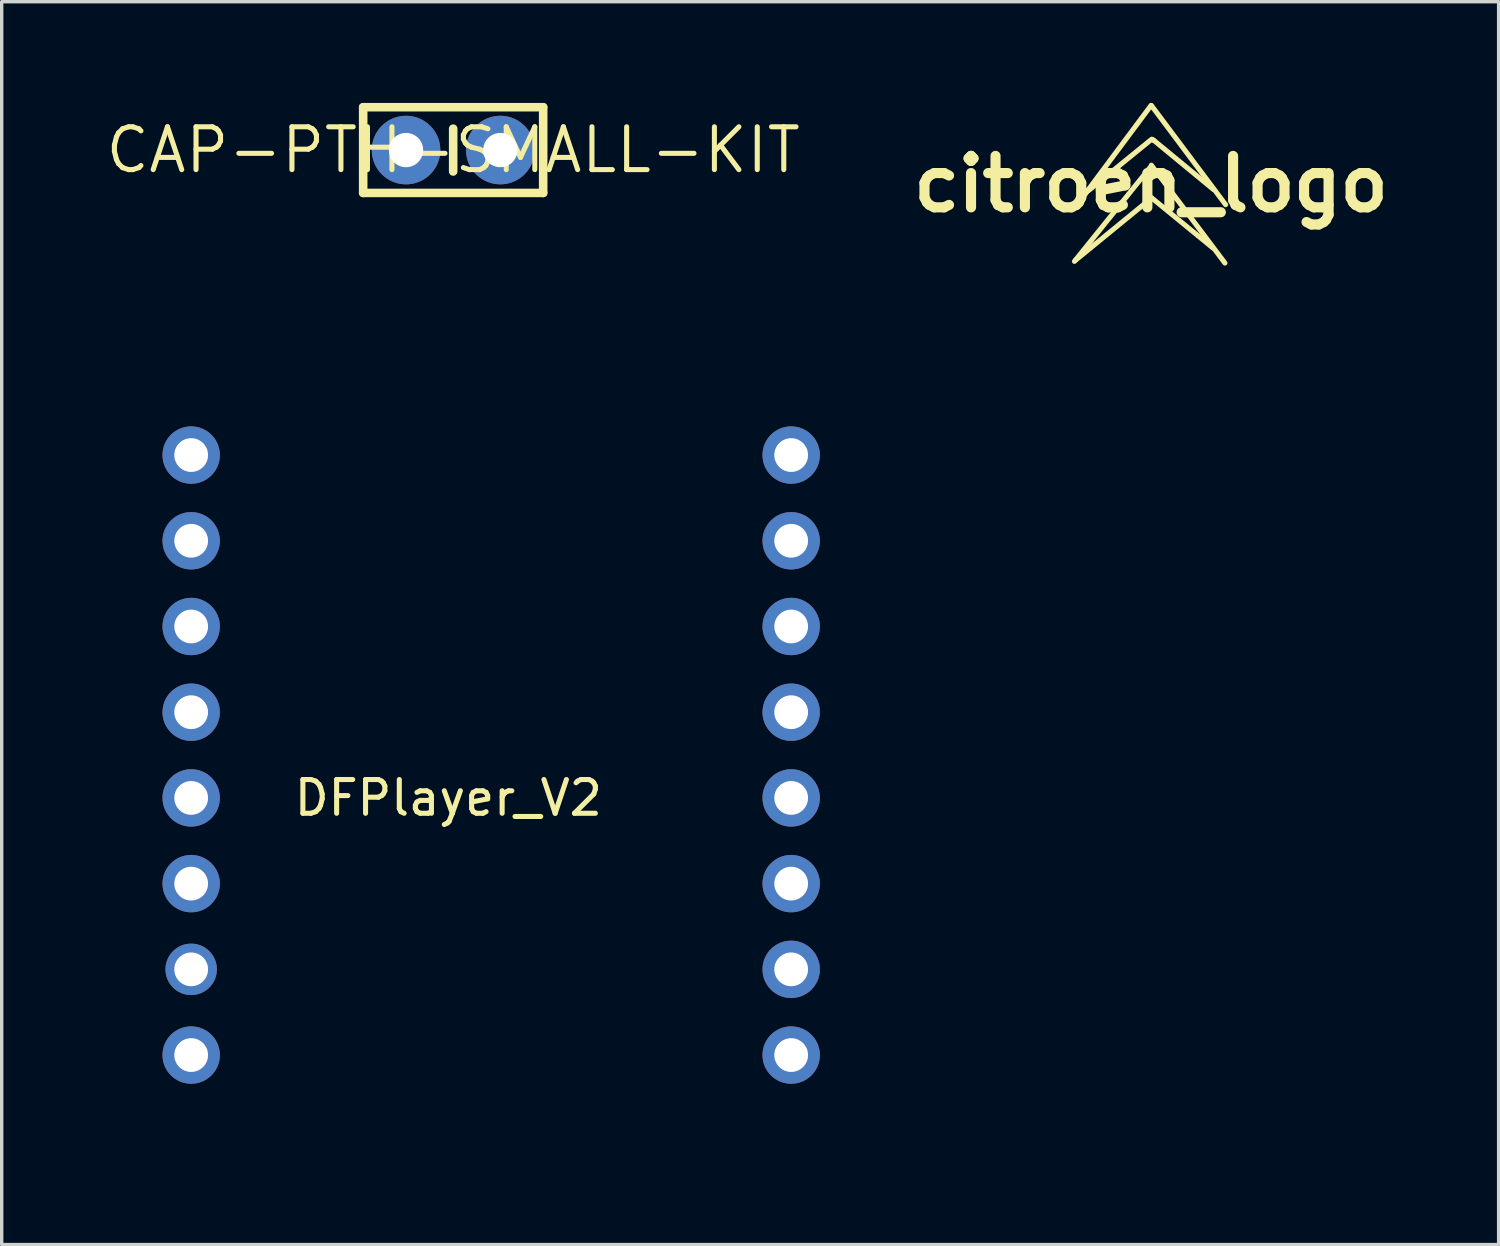
<source format=kicad_pcb>
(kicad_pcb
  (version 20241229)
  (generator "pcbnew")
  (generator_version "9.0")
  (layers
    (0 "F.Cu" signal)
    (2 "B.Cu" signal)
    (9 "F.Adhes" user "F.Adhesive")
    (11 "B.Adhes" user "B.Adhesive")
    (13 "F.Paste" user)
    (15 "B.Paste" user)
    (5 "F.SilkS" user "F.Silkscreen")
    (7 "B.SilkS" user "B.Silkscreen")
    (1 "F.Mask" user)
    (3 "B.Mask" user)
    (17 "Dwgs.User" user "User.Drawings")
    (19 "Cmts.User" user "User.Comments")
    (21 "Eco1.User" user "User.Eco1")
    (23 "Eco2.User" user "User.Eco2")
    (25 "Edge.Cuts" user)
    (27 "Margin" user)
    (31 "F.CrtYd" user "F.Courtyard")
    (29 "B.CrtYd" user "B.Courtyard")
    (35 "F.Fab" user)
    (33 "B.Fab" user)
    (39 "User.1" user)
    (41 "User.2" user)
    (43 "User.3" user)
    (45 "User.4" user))
  (footprint "citroen_logo"
    (layer "F.Cu")
    (at 31.059 2.405)
    (property "Reference" "citroen_logo" (at 0 0 0) (layer "F.SilkS") (effects (font (size 1.524 1.524) (thickness 0.3))))
    (attr through_hole)
    (fp_line (start -2.16 0.57) (end -1.86 0.17) (stroke (width 0.15) (type solid)) (layer "F.SilkS"))
    (fp_line (start -1.85 0.19) (end 0.02 -1.33) (stroke (width 0.15) (type solid)) (layer "F.SilkS"))
    (fp_line (start 0 -2.33) (end -2.16 0.57) (stroke (width 0.15) (type solid)) (layer "F.SilkS"))
    (fp_line (start 0.01 -2.33) (end 2.21 0.61) (stroke (width 0.15) (type solid)) (layer "F.SilkS"))
    (fp_line (start 0.01 -0.56) (end 2.19 2.34) (stroke (width 0.15) (type solid)) (layer "F.SilkS"))
    (fp_line (start 0.01 -0.54) (end -2.27 2.29) (stroke (width 0.15) (type solid)) (layer "F.SilkS"))
    (fp_line (start 0.02 0.41) (end -2.23 2.25) (stroke (width 0.15) (type solid)) (layer "F.SilkS"))
    (fp_line (start 0.09 -1.29) (end 0.05 -1.32) (stroke (width 0.15) (type solid)) (layer "F.SilkS"))
    (fp_line (start 1.83 1.89) (end 0.02 0.41) (stroke (width 0.15) (type solid)) (layer "F.SilkS"))
    (fp_line (start 1.85 0.16) (end 0.09 -1.29) (stroke (width 0.15) (type solid)) (layer "F.SilkS"))
    (fp_poly (pts (xy 0.023 -0.626) (xy 0.025 -0.624) (xy 0.03 -0.617) (xy 0.037 -0.608) (xy 0.047 -0.594) (xy 0.06 -0.578) (xy 0.075 -0.558) (xy 0.092 -0.536) (xy 0.111 -0.511) (xy 0.132 -0.483) (xy 0.154 -0.453) (xy 0.179 -0.421) (xy 0.205 -0.387) (xy 0.232 -0.351) (xy 0.26 -0.314) (xy 0.29 -0.275) (xy 0.32 -0.235) (xy 0.351 -0.194) (xy 0.383 -0.152) (xy 0.416 -0.109) (xy 0.448 -0.066) (xy 0.481 -0.022) (xy 0.515 0.022) (xy 0.548 0.065) (xy 0.581 0.109) (xy 0.613 0.152) (xy 0.646 0.194) (xy 0.677 0.236) (xy 0.708 0.277) (xy 0.738 0.316) (xy 0.768 0.355) (xy 0.796 0.392) (xy 0.822 0.427) (xy 0.848 0.46) (xy 0.872 0.492) (xy 0.894 0.521) (xy 0.914 0.548) (xy 0.933 0.572) (xy 0.949 0.594) (xy 0.963 0.612) (xy 0.964 0.613) (xy 0.967 0.618) (xy 0.974 0.626) (xy 0.983 0.638) (xy 0.994 0.653) (xy 1.008 0.672) (xy 1.025 0.694) (xy 1.044 0.719) (xy 1.066 0.747) (xy 1.089 0.778) (xy 1.115 0.812) (xy 1.143 0.848) (xy 1.172 0.887) (xy 1.203 0.928) (xy 1.236 0.972) (xy 1.271 1.017) (xy 1.306 1.064) (xy 1.344 1.113) (xy 1.382 1.164) (xy 1.422 1.216) (xy 1.462 1.27) (xy 1.504 1.324) (xy 1.546 1.38) (xy 1.589 1.437) (xy 1.621 1.478) (xy 1.664 1.535) (xy 1.707 1.591) (xy 1.748 1.646) (xy 1.789 1.7) (xy 1.829 1.753) (xy 1.868 1.804) (xy 1.905 1.853) (xy 1.941 1.901) (xy 1.976 1.947) (xy 2.009 1.99) (xy 2.041 2.032) (xy 2.071 2.071) (xy 2.099 2.108) (xy 2.125 2.143) (xy 2.149 2.174) (xy 2.171 2.203) (xy 2.191 2.229) (xy 2.208 2.252) (xy 2.223 2.272) (xy 2.236 2.288) (xy 2.246 2.301) (xy 2.253 2.311) (xy 2.257 2.316) (xy 2.258 2.318) (xy 2.262 2.323) (xy 2.263 2.326) (xy 2.262 2.326) (xy 2.26 2.324) (xy 2.254 2.319) (xy 2.245 2.312) (xy 2.232 2.301) (xy 2.216 2.288) (xy 2.196 2.272) (xy 2.173 2.253) (xy 2.148 2.232) (xy 2.119 2.208) (xy 2.087 2.182) (xy 2.053 2.154) (xy 2.016 2.124) (xy 1.976 2.091) (xy 1.934 2.057) (xy 1.89 2.021) (xy 1.844 1.983) (xy 1.796 1.943) (xy 1.745 1.902) (xy 1.693 1.859) (xy 1.639 1.814) (xy 1.583 1.769) (xy 1.526 1.722) (xy 1.468 1.674) (xy 1.408 1.625) (xy 1.347 1.575) (xy 1.285 1.524) (xy 1.222 1.472) (xy 1.214 1.466) (xy 1.151 1.414) (xy 1.089 1.363) (xy 1.027 1.312) (xy 0.967 1.263) (xy 0.908 1.215) (xy 0.851 1.167) (xy 0.795 1.121) (xy 0.74 1.076) (xy 0.687 1.033) (xy 0.636 0.991) (xy 0.587 0.951) (xy 0.54 0.912) (xy 0.495 0.875) (xy 0.453 0.84) (xy 0.412 0.807) (xy 0.374 0.776) (xy 0.339 0.747) (xy 0.306 0.72) (xy 0.277 0.696) (xy 0.25 0.674) (xy 0.226 0.654) (xy 0.205 0.637) (xy 0.188 0.623) (xy 0.174 0.612) (xy 0.163 0.603) (xy 0.157 0.597) (xy 0.153 0.595) (xy 0.153 0.595) (xy 0.147 0.59) (xy 0.138 0.582) (xy 0.126 0.572) (xy 0.112 0.561) (xy 0.097 0.549) (xy 0.081 0.536) (xy 0.077 0.532) (xy 0.062 0.52) (xy 0.049 0.509) (xy 0.037 0.5) (xy 0.027 0.492) (xy 0.02 0.486) (xy 0.016 0.484) (xy 0.015 0.483) (xy 0.013 0.485) (xy 0.007 0.489) (xy -0.002 0.496) (xy -0.013 0.505) (xy -0.026 0.515) (xy -0.04 0.527) (xy -0.048 0.533) (xy -0.064 0.546) (xy -0.08 0.559) (xy -0.094 0.571) (xy -0.107 0.581) (xy -0.117 0.59) (xy -0.124 0.596) (xy -0.126 0.597) (xy -0.13 0.6) (xy -0.138 0.607) (xy -0.149 0.616) (xy -0.163 0.628) (xy -0.181 0.642) (xy -0.202 0.66) (xy -0.226 0.679) (xy -0.253 0.701) (xy -0.282 0.725) (xy -0.314 0.751) (xy -0.348 0.78) (xy -0.385 0.81) (xy -0.424 0.842) (xy -0.464 0.875) (xy -0.507 0.91) (xy -0.552 0.947) (xy -0.598 0.985) (xy -0.645 1.024) (xy -0.694 1.064) (xy -0.744 1.106) (xy -0.796 1.148) (xy -0.848 1.191) (xy -0.901 1.234) (xy -0.954 1.278) (xy -1.009 1.323) (xy -1.063 1.368) (xy -1.118 1.413) (xy -1.173 1.458) (xy -1.228 1.503) (xy -1.283 1.549) (xy -1.337 1.593) (xy -1.392 1.638) (xy -1.445 1.682) (xy -1.498 1.726) (xy -1.551 1.769) (xy -1.602 1.811) (xy -1.652 1.852) (xy -1.701 1.892) (xy -1.749 1.932) (xy -1.795 1.97) (xy -1.839 2.006) (xy -1.882 2.041) (xy -1.923 2.075) (xy -1.962 2.107) (xy -1.999 2.137) (xy -2.033 2.166) (xy -2.065 2.192) (xy -2.095 2.216) (xy -2.121 2.238) (xy -2.145 2.258) (xy -2.166 2.275) (xy -2.184 2.29) (xy -2.199 2.302) (xy -2.21 2.311) (xy -2.218 2.318) (xy -2.222 2.321) (xy -2.223 2.322) (xy -2.236 2.333) (xy -2.213 2.302) (xy -2.21 2.298) (xy -2.204 2.291) (xy -2.196 2.28) (xy -2.185 2.265) (xy -2.171 2.247) (xy -2.155 2.226) (xy -2.137 2.202) (xy -2.116 2.175) (xy -2.093 2.145) (xy -2.069 2.112) (xy -2.042 2.077) (xy -2.014 2.04) (xy -1.984 2.001) (xy -1.953 1.959) (xy -1.92 1.916) (xy -1.885 1.871) (xy -1.85 1.824) (xy -1.814 1.776) (xy -1.776 1.726) (xy -1.738 1.676) (xy -1.699 1.624) (xy -1.659 1.572) (xy -1.619 1.519) (xy -1.578 1.465) (xy -1.537 1.411) (xy -1.496 1.357) (xy -1.455 1.303) (xy -1.414 1.248) (xy -1.373 1.194) (xy -1.332 1.141) (xy -1.292 1.087) (xy -1.252 1.035) (xy -1.212 0.983) (xy -1.174 0.932) (xy -1.136 0.882) (xy -1.099 0.834) (xy -1.064 0.786) (xy -1.029 0.741) (xy -0.996 0.697) (xy -0.964 0.654) (xy -0.933 0.614) (xy -0.919 0.596) (xy -0.914 0.589) (xy -0.906 0.579) (xy -0.896 0.565) (xy -0.882 0.547) (xy -0.867 0.526) (xy -0.848 0.503) (xy -0.828 0.476) (xy -0.806 0.446) (xy -0.782 0.414) (xy -0.755 0.38) (xy -0.728 0.343) (xy -0.698 0.305) (xy -0.668 0.264) (xy -0.636 0.222) (xy -0.602 0.178) (xy -0.568 0.133) (xy -0.533 0.087) (xy -0.497 0.039) (xy -0.461 -0.009) (xy -0.43 -0.049) (xy 0.015 -0.637) (xy 0.023 -0.626)) (stroke (width 0.01) (type solid)) (fill no) (layer "Eco2.User"))
    (fp_poly (pts (xy 0.016 -2.381) (xy 0.017 -2.379) (xy 0.022 -2.373) (xy 0.029 -2.364) (xy 0.039 -2.351) (xy 0.051 -2.335) (xy 0.066 -2.315) (xy 0.083 -2.293) (xy 0.102 -2.268) (xy 0.123 -2.24) (xy 0.146 -2.209) (xy 0.171 -2.177) (xy 0.198 -2.142) (xy 0.226 -2.105) (xy 0.255 -2.066) (xy 0.286 -2.025) (xy 0.318 -1.983) (xy 0.351 -1.939) (xy 0.385 -1.894) (xy 0.42 -1.848) (xy 0.434 -1.83) (xy 0.47 -1.784) (xy 0.504 -1.738) (xy 0.538 -1.694) (xy 0.571 -1.651) (xy 0.602 -1.609) (xy 0.633 -1.569) (xy 0.662 -1.531) (xy 0.689 -1.494) (xy 0.715 -1.46) (xy 0.739 -1.428) (xy 0.762 -1.399) (xy 0.782 -1.372) (xy 0.801 -1.348) (xy 0.817 -1.326) (xy 0.831 -1.308) (xy 0.842 -1.293) (xy 0.851 -1.282) (xy 0.857 -1.274) (xy 0.86 -1.269) (xy 0.861 -1.269) (xy 0.866 -1.261) (xy 0.875 -1.25) (xy 0.886 -1.235) (xy 0.9 -1.217) (xy 0.916 -1.196) (xy 0.934 -1.172) (xy 0.955 -1.145) (xy 0.977 -1.116) (xy 1.001 -1.084) (xy 1.028 -1.049) (xy 1.055 -1.013) (xy 1.085 -0.974) (xy 1.116 -0.933) (xy 1.148 -0.891) (xy 1.182 -0.846) (xy 1.216 -0.801) (xy 1.252 -0.754) (xy 1.289 -0.706) (xy 1.326 -0.656) (xy 1.364 -0.606) (xy 1.402 -0.555) (xy 1.442 -0.504) (xy 1.481 -0.452) (xy 1.52 -0.4) (xy 1.56 -0.348) (xy 1.6 -0.295) (xy 1.639 -0.243) (xy 1.679 -0.191) (xy 1.718 -0.14) (xy 1.756 -0.089) (xy 1.794 -0.039) (xy 1.832 0.01) (xy 1.868 0.059) (xy 1.904 0.106) (xy 1.939 0.151) (xy 1.972 0.195) (xy 2.004 0.238) (xy 2.035 0.279) (xy 2.065 0.317) (xy 2.092 0.354) (xy 2.119 0.389) (xy 2.143 0.421) (xy 2.165 0.45) (xy 2.186 0.477) (xy 2.204 0.501) (xy 2.22 0.522) (xy 2.233 0.54) (xy 2.244 0.555) (xy 2.253 0.566) (xy 2.259 0.574) (xy 2.262 0.578) (xy 2.262 0.579) (xy 2.26 0.577) (xy 2.255 0.573) (xy 2.247 0.567) (xy 2.236 0.559) (xy 2.224 0.549) (xy 2.211 0.538) (xy 2.196 0.526) (xy 2.182 0.514) (xy 2.168 0.503) (xy 2.154 0.492) (xy 2.142 0.482) (xy 2.139 0.479) (xy 2.136 0.476) (xy 2.129 0.471) (xy 2.12 0.463) (xy 2.106 0.452) (xy 2.09 0.439) (xy 2.071 0.423) (xy 2.049 0.405) (xy 2.024 0.384) (xy 1.997 0.362) (xy 1.967 0.338) (xy 1.935 0.312) (xy 1.902 0.284) (xy 1.866 0.255) (xy 1.829 0.224) (xy 1.79 0.193) (xy 1.751 0.16) (xy 1.71 0.126) (xy 1.668 0.092) (xy 1.625 0.056) (xy 1.581 0.021) (xy 1.537 -0.015) (xy 1.493 -0.052) (xy 1.449 -0.088) (xy 1.405 -0.124) (xy 1.361 -0.16) (xy 1.317 -0.196) (xy 1.274 -0.231) (xy 1.232 -0.266) (xy 1.191 -0.3) (xy 1.15 -0.333) (xy 1.111 -0.366) (xy 1.073 -0.397) (xy 1.037 -0.426) (xy 1.003 -0.454) (xy 0.97 -0.481) (xy 0.94 -0.506) (xy 0.912 -0.529) (xy 0.886 -0.55) (xy 0.863 -0.569) (xy 0.842 -0.586) (xy 0.825 -0.601) (xy 0.81 -0.613) (xy 0.799 -0.622) (xy 0.791 -0.628) (xy 0.787 -0.631) (xy 0.787 -0.632) (xy 0.784 -0.634) (xy 0.778 -0.639) (xy 0.768 -0.647) (xy 0.755 -0.658) (xy 0.739 -0.671) (xy 0.72 -0.687) (xy 0.698 -0.705) (xy 0.674 -0.725) (xy 0.647 -0.746) (xy 0.619 -0.77) (xy 0.588 -0.795) (xy 0.555 -0.822) (xy 0.521 -0.85) (xy 0.486 -0.879) (xy 0.449 -0.909) (xy 0.412 -0.94) (xy 0.399 -0.95) (xy 0.361 -0.981) (xy 0.324 -1.012) (xy 0.289 -1.041) (xy 0.254 -1.069) (xy 0.222 -1.096) (xy 0.191 -1.121) (xy 0.162 -1.145) (xy 0.135 -1.167) (xy 0.11 -1.188) (xy 0.088 -1.206) (xy 0.068 -1.222) (xy 0.051 -1.235) (xy 0.038 -1.246) (xy 0.027 -1.255) (xy 0.02 -1.26) (xy 0.017 -1.263) (xy 0.016 -1.263) (xy 0.013 -1.262) (xy 0.007 -1.258) (xy -0.001 -1.252) (xy -0.012 -1.243) (xy -0.024 -1.234) (xy -0.03 -1.229) (xy -0.035 -1.225) (xy -0.043 -1.218) (xy -0.055 -1.209) (xy -0.07 -1.196) (xy -0.089 -1.181) (xy -0.11 -1.163) (xy -0.135 -1.142) (xy -0.164 -1.119) (xy -0.195 -1.093) (xy -0.228 -1.066) (xy -0.265 -1.036) (xy -0.304 -1.004) (xy -0.345 -0.969) (xy -0.389 -0.933) (xy -0.435 -0.895) (xy -0.484 -0.856) (xy -0.534 -0.814) (xy -0.586 -0.771) (xy -0.64 -0.727) (xy -0.695 -0.681) (xy -0.752 -0.634) (xy -0.811 -0.586) (xy -0.871 -0.537) (xy -0.932 -0.487) (xy -0.994 -0.436) (xy -1.057 -0.384) (xy -1.121 -0.331) (xy -1.149 -0.309) (xy -1.213 -0.256) (xy -1.276 -0.204) (xy -1.338 -0.153) (xy -1.398 -0.103) (xy -1.458 -0.054) (xy -1.516 -0.006) (xy -1.573 0.041) (xy -1.628 0.086) (xy -1.681 0.13) (xy -1.733 0.172) (xy -1.783 0.213) (xy -1.83 0.252) (xy -1.876 0.29) (xy -1.919 0.325) (xy -1.96 0.359) (xy -1.998 0.39) (xy -2.034 0.42) (xy -2.067 0.447) (xy -2.098 0.472) (xy -2.125 0.495) (xy -2.15 0.515) (xy -2.171 0.532) (xy -2.189 0.547) (xy -2.204 0.559) (xy -2.215 0.568) (xy -2.223 0.575) (xy -2.227 0.578) (xy -2.228 0.579) (xy -2.23 0.58) (xy -2.229 0.578) (xy -2.229 0.577) (xy -2.227 0.575) (xy -2.222 0.569) (xy -2.215 0.559) (xy -2.205 0.546) (xy -2.192 0.529) (xy -2.177 0.509) (xy -2.159 0.486) (xy -2.14 0.46) (xy -2.117 0.43) (xy -2.093 0.398) (xy -2.067 0.364) (xy -2.038 0.326) (xy -2.008 0.286) (xy -1.976 0.244) (xy -1.943 0.2) (xy -1.907 0.154) (xy -1.871 0.105) (xy -1.833 0.055) (xy -1.794 0.003) (xy -1.753 -0.05) (xy -1.712 -0.105) (xy -1.669 -0.161) (xy -1.626 -0.218) (xy -1.581 -0.276) (xy -1.556 -0.31) (xy -1.511 -0.369) (xy -1.467 -0.428) (xy -1.423 -0.485) (xy -1.38 -0.542) (xy -1.338 -0.598) (xy -1.297 -0.652) (xy -1.257 -0.705) (xy -1.218 -0.756) (xy -1.181 -0.805) (xy -1.145 -0.853) (xy -1.11 -0.898) (xy -1.077 -0.942) (xy -1.046 -0.983) (xy -1.016 -1.021) (xy -0.989 -1.058) (xy -0.964 -1.091) (xy -0.94 -1.122) (xy -0.919 -1.15) (xy -0.9 -1.174) (xy -0.884 -1.196) (xy -0.87 -1.214) (xy -0.859 -1.229) (xy -0.851 -1.24) (xy -0.845 -1.247) (xy -0.844 -1.249) (xy -0.782 -1.331) (xy -0.723 -1.408) (xy -0.667 -1.482) (xy -0.614 -1.553) (xy -0.563 -1.619) (xy -0.515 -1.683) (xy -0.47 -1.742) (xy -0.427 -1.799) (xy -0.387 -1.852) (xy -0.349 -1.902) (xy -0.313 -1.949) (xy -0.28 -1.993) (xy -0.249 -2.034) (xy -0.22 -2.072) (xy -0.193 -2.108) (xy -0.168 -2.14) (xy -0.145 -2.171) (xy -0.124 -2.199) (xy -0.105 -2.224) (xy -0.087 -2.247) (xy -0.071 -2.268) (xy -0.057 -2.287) (xy -0.044 -2.304) (xy -0.033 -2.319) (xy -0.023 -2.332) (xy -0.015 -2.343) (xy -0.008 -2.352) (xy -0.002 -2.36) (xy 0.003 -2.367) (xy 0.007 -2.372) (xy 0.01 -2.375) (xy 0.011 -2.378) (xy 0.012 -2.379) (xy 0.012 -2.379) (xy 0.015 -2.381) (xy 0.016 -2.381)) (stroke (width 0.01) (type solid)) (fill no) (layer "Eco2.User")))
  (footprint "CAP-PTH-SMALL-KIT"
    (layer "F.Cu")
    (at 10.379 1.397)
    (property "Reference" "CAP-PTH-SMALL-KIT" (at 0 0 0) (layer "F.SilkS") (effects (font (size 1.27 1.27) (thickness 0.15))))
    (attr through_hole)
    (fp_poly (pts (xy -1.405 0.44) (xy -1.405 0.44) (xy -1.572 0.41) (xy -1.715 0.319) (xy -1.812 0.181) (xy -1.849 0.015) (xy -1.819 -0.16) (xy -1.724 -0.31) (xy -1.405 -0.452) (xy -1.405 -0.452) (xy -1.233 -0.415) (xy -1.089 -0.315) (xy -0.963 0.005) (xy -0.997 0.172) (xy -1.094 0.314)) (stroke (width 0) (type solid)) (fill yes) (layer "F.Mask"))
    (fp_poly (pts (xy 1.395 0.44) (xy 1.395 0.44) (xy 1.228 0.41) (xy 1.084 0.319) (xy 0.987 0.181) (xy 0.95 0.015) (xy 0.98 -0.16) (xy 1.075 -0.31) (xy 1.395 -0.452) (xy 1.394 -0.452) (xy 1.566 -0.415) (xy 1.71 -0.315) (xy 1.836 0.005) (xy 1.836 0.005) (xy 1.802 0.172) (xy 1.705 0.314)) (stroke (width 0) (type solid)) (fill yes) (layer "F.Mask"))
    (fp_poly (pts (xy 1.397 0.948) (xy 1.397 0.948) (xy 1.187 0.927) (xy 0.987 0.86) (xy 0.807 0.75) (xy 0.656 0.603) (xy 0.541 0.425) (xy 0.442 0.018) (xy 0.464 -0.197) (xy 0.533 -0.402) (xy 0.645 -0.586) (xy 0.796 -0.74) (xy 0.977 -0.857) (xy 1.18 -0.931) (xy 1.395 -0.958) (xy 1.609 -0.93) (xy 1.811 -0.856) (xy 1.992 -0.739) (xy 2.143 -0.584) (xy 2.255 -0.399) (xy 2.323 -0.194) (xy 2.345 0.02) (xy 2.345 0.02) (xy 2.319 0.229) (xy 2.247 0.426) (xy 2.134 0.603) (xy 1.984 0.749) (xy 1.805 0.859)) (stroke (width 0) (type solid)) (fill yes) (layer "B.Mask"))
    (fp_poly (pts (xy -1.402 0.948) (xy -1.402 0.948) (xy -1.612 0.927) (xy -1.812 0.86) (xy -1.992 0.75) (xy -2.144 0.603) (xy -2.258 0.425) (xy -2.357 0.018) (xy -2.357 0.018) (xy -2.335 -0.197) (xy -2.267 -0.402) (xy -2.154 -0.586) (xy -2.003 -0.74) (xy -1.822 -0.857) (xy -1.619 -0.931) (xy -1.405 -0.958) (xy -1.19 -0.93) (xy -0.988 -0.856) (xy -0.807 -0.739) (xy -0.656 -0.584) (xy -0.544 -0.399) (xy -0.476 -0.194) (xy -0.455 0.02) (xy -0.455 0.02) (xy -0.48 0.229) (xy -0.552 0.426) (xy -0.665 0.603) (xy -0.815 0.749) (xy -0.994 0.859)) (stroke (width 0) (type solid)) (fill yes) (layer "B.Mask"))
    (fp_line (start -2.667 -1.27) (end 2.667 -1.27) (stroke (width 0.254) (type solid)) (layer "F.SilkS"))
    (fp_line (start -2.667 1.27) (end -2.667 -1.27) (stroke (width 0.254) (type solid)) (layer "F.SilkS"))
    (fp_line (start 0 -0.635) (end 0 0.635) (stroke (width 0.254) (type solid)) (layer "F.SilkS"))
    (fp_line (start 2.667 -1.27) (end 2.667 1.27) (stroke (width 0.254) (type solid)) (layer "F.SilkS"))
    (fp_line (start 2.667 1.27) (end -2.667 1.27) (stroke (width 0.254) (type solid)) (layer "F.SilkS"))
    (pad "1" thru_hole circle (at -1.397 0) (size 2.032 2.032) (drill 1.016) (layers "*.Cu" "*.Mask"))
    (pad "2" thru_hole circle (at 1.397 0) (size 2.032 2.032) (drill 1.016) (layers "*.Cu" "*.Mask")))
  (footprint "DFPlayer_V2"
    (layer "F.Cu")
    (at 10.235 10.435)
    (property "Reference" "DFPlayer_V2" (at 0 10.16 0) (layer "F.SilkS") (effects (font (size 1 1) (thickness 0.15))))
    (attr through_hole)
    (fp_line (start -10.16 -2.54) (end 12.7 -2.54) (stroke (width 0.15) (type solid)) (layer "B.Mask"))
    (fp_line (start -10.16 20.32) (end -10.16 -2.54) (stroke (width 0.15) (type solid)) (layer "B.Mask"))
    (fp_line (start 12.7 -2.54) (end 12.7 20.32) (stroke (width 0.15) (type solid)) (layer "B.Mask"))
    (fp_line (start 12.7 20.32) (end -10.16 20.32) (stroke (width 0.15) (type solid)) (layer "B.Mask"))
    (pad "1" thru_hole circle (at -7.62 0) (size 1.7 1.7) (drill 1) (layers "*.Cu" "*.Mask"))
    (pad "2" thru_hole circle (at -7.62 2.54) (size 1.7 1.7) (drill 1) (layers "*.Cu" "*.Mask"))
    (pad "3" thru_hole circle (at -7.62 5.08) (size 1.7 1.7) (drill 1) (layers "*.Cu" "*.Mask"))
    (pad "4" thru_hole circle (at -7.62 7.62) (size 1.7 1.7) (drill 1) (layers "*.Cu" "*.Mask"))
    (pad "5" thru_hole circle (at -7.62 10.16) (size 1.7 1.7) (drill 1) (layers "*.Cu" "*.Mask"))
    (pad "6" thru_hole circle (at -7.62 12.7) (size 1.7 1.7) (drill 1) (layers "*.Cu" "*.Mask"))
    (pad "7" thru_hole circle (at -7.62 15.24) (size 1.524 1.524) (drill 1) (layers "*.Cu" "*.Mask"))
    (pad "8" thru_hole circle (at -7.62 17.78) (size 1.7 1.7) (drill 1) (layers "*.Cu" "*.Mask"))
    (pad "9" thru_hole circle (at 10.16 17.78) (size 1.7 1.7) (drill 1) (layers "*.Cu" "*.Mask"))
    (pad "10" thru_hole circle (at 10.16 15.24) (size 1.7 1.7) (drill 1) (layers "*.Cu" "*.Mask"))
    (pad "11" thru_hole circle (at 10.16 12.7) (size 1.7 1.7) (drill 1) (layers "*.Cu" "*.Mask"))
    (pad "12" thru_hole circle (at 10.16 10.16) (size 1.7 1.7) (drill 1) (layers "*.Cu" "*.Mask"))
    (pad "13" thru_hole circle (at 10.16 7.62) (size 1.7 1.7) (drill 1) (layers "*.Cu" "*.Mask"))
    (pad "14" thru_hole circle (at 10.16 5.08) (size 1.7 1.7) (drill 1) (layers "*.Cu" "*.Mask"))
    (pad "15" thru_hole circle (at 10.16 2.54) (size 1.7 1.7) (drill 1) (layers "*.Cu" "*.Mask"))
    (pad "16" thru_hole circle (at 10.16 0) (size 1.7 1.7) (drill 1) (layers "*.Cu" "*.Mask")))
  (gr_rect
    (start -3 -3)
    (end 41.359 33.83)
    (stroke (width 0.1) (type default))
    (fill no)
    (layer "Edge.Cuts")))
</source>
